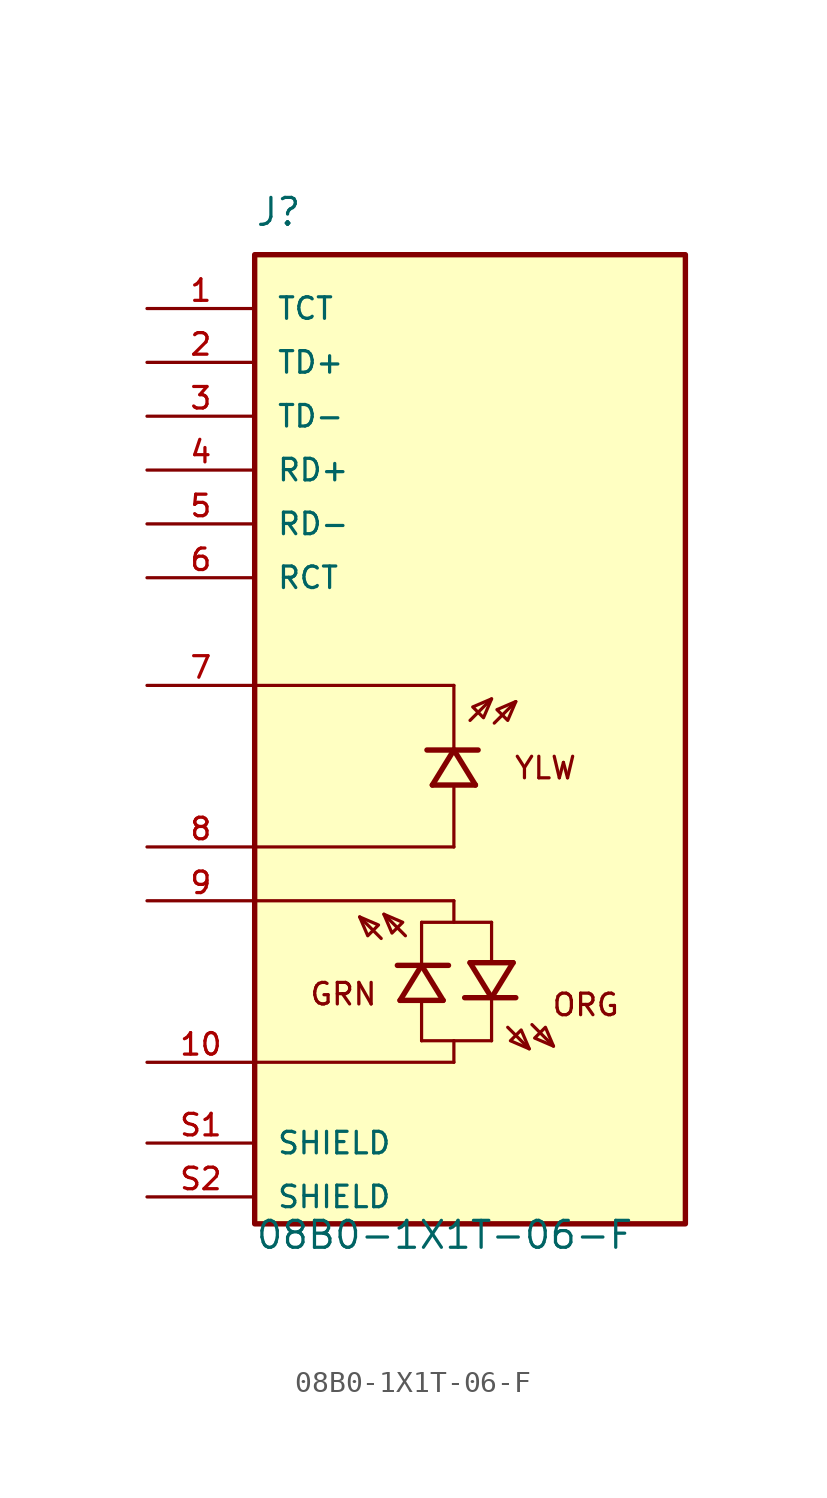
<source format=kicad_sym>
(kicad_symbol_lib
  (version 20211014)
  (generator kicad_symbol_editor)
  (symbol "08B0-1X1T-06-F"
    (pin_names
      (offset 1.016))
    (property "Reference" "J"
      (at -10.16 24.13 0)
      (effects (font (size 1.27 1.27)) (justify left bottom)))
    (property "Value" "08B0-1X1T-06-F"
      (at -10.16 -24.13 0)
      (effects (font (size 1.27 1.27)) (justify left bottom)))
    (property "ki_locked" ""
      (at 0 0 0)
      (effects (font (size 1.27 1.27))))
    (symbol "08B0-1X1T-06-F_0_0"
      (rectangle (start -10.16 -22.86) (end 10.16 22.86) (stroke (width 0.254) (type default) (color 0 0 0 0)) (fill (type background)))
      (polyline (pts (xy -4.191 -9.398) (xy -5.207 -8.382)) (stroke (width 0.152) (type default) (color 0 0 0 0)) (fill (type none)))
      (polyline (pts (xy -3.429 -10.668) (xy -2.286 -10.668)) (stroke (width 0.254) (type default) (color 0 0 0 0)) (fill (type none)))
      (polyline (pts (xy -3.302 -12.319) (xy -2.286 -10.668)) (stroke (width 0.254) (type default) (color 0 0 0 0)) (fill (type none)))
      (polyline (pts (xy -3.302 -12.319) (xy -1.27 -12.319)) (stroke (width 0.254) (type default) (color 0 0 0 0)) (fill (type none)))
      (polyline (pts (xy -3.048 -9.271) (xy -4.064 -8.255)) (stroke (width 0.152) (type default) (color 0 0 0 0)) (fill (type none)))
      (polyline (pts (xy -2.286 -14.224) (xy -2.286 -12.446)) (stroke (width 0.152) (type default) (color 0 0 0 0)) (fill (type none)))
      (polyline (pts (xy -2.286 -10.668) (xy -1.27 -12.319)) (stroke (width 0.254) (type default) (color 0 0 0 0)) (fill (type none)))
      (polyline (pts (xy -2.286 -10.668) (xy -1.016 -10.668)) (stroke (width 0.254) (type default) (color 0 0 0 0)) (fill (type none)))
      (polyline (pts (xy -2.286 -10.541) (xy -2.286 -8.636)) (stroke (width 0.152) (type default) (color 0 0 0 0)) (fill (type none)))
      (polyline (pts (xy -0.762 -15.24) (xy -10.16 -15.24)) (stroke (width 0.152) (type default) (color 0 0 0 0)) (fill (type none)))
      (polyline (pts (xy -0.762 -14.224) (xy -2.286 -14.224)) (stroke (width 0.152) (type default) (color 0 0 0 0)) (fill (type none)))
      (polyline (pts (xy -0.762 -14.224) (xy -0.762 -15.24)) (stroke (width 0.152) (type default) (color 0 0 0 0)) (fill (type none)))
      (polyline (pts (xy -0.762 -8.636) (xy -0.762 -7.62)) (stroke (width 0.152) (type default) (color 0 0 0 0)) (fill (type none)))
      (polyline (pts (xy -0.762 -7.62) (xy -10.16 -7.62)) (stroke (width 0.152) (type default) (color 0 0 0 0)) (fill (type none)))
      (polyline (pts (xy -0.762 -5.08) (xy -10.16 -5.08)) (stroke (width 0.152) (type default) (color 0 0 0 0)) (fill (type none)))
      (polyline (pts (xy -0.762 -5.08) (xy -0.762 -2.286)) (stroke (width 0.152) (type default) (color 0 0 0 0)) (fill (type none)))
      (polyline (pts (xy -0.762 -0.508) (xy -2.032 -0.508)) (stroke (width 0.254) (type default) (color 0 0 0 0)) (fill (type none)))
      (polyline (pts (xy -0.762 -0.508) (xy -1.778 -2.159)) (stroke (width 0.254) (type default) (color 0 0 0 0)) (fill (type none)))
      (polyline (pts (xy -0.762 -0.381) (xy -0.762 2.54)) (stroke (width 0.152) (type default) (color 0 0 0 0)) (fill (type none)))
      (polyline (pts (xy -0.762 2.54) (xy -10.16 2.54)) (stroke (width 0.152) (type default) (color 0 0 0 0)) (fill (type none)))
      (polyline (pts (xy 0 0.889) (xy 1.016 1.905)) (stroke (width 0.152) (type default) (color 0 0 0 0)) (fill (type none)))
      (polyline (pts (xy 0.254 -2.159) (xy -1.778 -2.159)) (stroke (width 0.254) (type default) (color 0 0 0 0)) (fill (type none)))
      (polyline (pts (xy 0.254 -2.159) (xy -0.762 -0.508)) (stroke (width 0.254) (type default) (color 0 0 0 0)) (fill (type none)))
      (polyline (pts (xy 0.381 -0.508) (xy -0.762 -0.508)) (stroke (width 0.254) (type default) (color 0 0 0 0)) (fill (type none)))
      (polyline (pts (xy 1.016 -14.224) (xy -0.762 -14.224)) (stroke (width 0.152) (type default) (color 0 0 0 0)) (fill (type none)))
      (polyline (pts (xy 1.016 -12.319) (xy 1.016 -14.224)) (stroke (width 0.152) (type default) (color 0 0 0 0)) (fill (type none)))
      (polyline (pts (xy 1.016 -12.192) (xy -0.254 -12.192)) (stroke (width 0.254) (type default) (color 0 0 0 0)) (fill (type none)))
      (polyline (pts (xy 1.016 -12.192) (xy 0 -10.541)) (stroke (width 0.254) (type default) (color 0 0 0 0)) (fill (type none)))
      (polyline (pts (xy 1.016 -8.636) (xy -2.286 -8.636)) (stroke (width 0.152) (type default) (color 0 0 0 0)) (fill (type none)))
      (polyline (pts (xy 1.016 -8.636) (xy 1.016 -10.414)) (stroke (width 0.152) (type default) (color 0 0 0 0)) (fill (type none)))
      (polyline (pts (xy 1.143 0.762) (xy 2.159 1.778)) (stroke (width 0.152) (type default) (color 0 0 0 0)) (fill (type none)))
      (polyline (pts (xy 1.778 -13.589) (xy 2.794 -14.605)) (stroke (width 0.152) (type default) (color 0 0 0 0)) (fill (type none)))
      (polyline (pts (xy 2.032 -10.541) (xy 0 -10.541)) (stroke (width 0.254) (type default) (color 0 0 0 0)) (fill (type none)))
      (polyline (pts (xy 2.032 -10.541) (xy 1.016 -12.192)) (stroke (width 0.254) (type default) (color 0 0 0 0)) (fill (type none)))
      (polyline (pts (xy 2.159 -12.192) (xy 1.016 -12.192)) (stroke (width 0.254) (type default) (color 0 0 0 0)) (fill (type none)))
      (polyline (pts (xy 2.921 -13.462) (xy 3.937 -14.478)) (stroke (width 0.152) (type default) (color 0 0 0 0)) (fill (type none)))
      (polyline (pts (xy -5.207 -8.382) (xy -4.318 -8.763) (xy -4.826 -9.271) (xy -5.207 -8.382)) (stroke (width 0.152) (type default) (color 0 0 0 0)) (fill (type background)))
      (polyline (pts (xy -4.064 -8.255) (xy -3.175 -8.636) (xy -3.683 -9.144) (xy -4.064 -8.255)) (stroke (width 0.152) (type default) (color 0 0 0 0)) (fill (type background)))
      (polyline (pts (xy 1.016 1.905) (xy 0.127 1.524) (xy 0.635 1.016) (xy 1.016 1.905)) (stroke (width 0.152) (type default) (color 0 0 0 0)) (fill (type background)))
      (polyline (pts (xy 2.159 1.778) (xy 1.27 1.397) (xy 1.778 0.889) (xy 2.159 1.778)) (stroke (width 0.152) (type default) (color 0 0 0 0)) (fill (type background)))
      (polyline (pts (xy 2.794 -14.605) (xy 1.905 -14.224) (xy 2.413 -13.716) (xy 2.794 -14.605)) (stroke (width 0.152) (type default) (color 0 0 0 0)) (fill (type background)))
      (polyline (pts (xy 3.937 -14.478) (xy 3.048 -14.097) (xy 3.556 -13.589) (xy 3.937 -14.478)) (stroke (width 0.152) (type default) (color 0 0 0 0)) (fill (type background)))
      (text "GRN" (at -7.62 -11.43 0) (effects (font (size 1.016 1.016)) (justify left top)))
      (text "ORG" (at 3.81 -11.938 0) (effects (font (size 1.016 1.016)) (justify left top)))
      (text "YLW" (at 2.032 -0.762 0) (effects (font (size 1.016 1.016)) (justify left top)))
      (pin passive line (at -15.24 20.32 0) (length 5.08) (name "TCT" (effects (font (size 1.016 1.016)))) (number "1" (effects (font (size 1.016 1.016)))))
      (pin passive line (at -15.24 -15.24 0) (length 5.08) (name "~" (effects (font (size 1.016 1.016)))) (number "10" (effects (font (size 1.016 1.016)))))
      (pin passive line (at -15.24 17.78 0) (length 5.08) (name "TD+" (effects (font (size 1.016 1.016)))) (number "2" (effects (font (size 1.016 1.016)))))
      (pin passive line (at -15.24 15.24 0) (length 5.08) (name "TD-" (effects (font (size 1.016 1.016)))) (number "3" (effects (font (size 1.016 1.016)))))
      (pin passive line (at -15.24 12.7 0) (length 5.08) (name "RD+" (effects (font (size 1.016 1.016)))) (number "4" (effects (font (size 1.016 1.016)))))
      (pin passive line (at -15.24 10.16 0) (length 5.08) (name "RD-" (effects (font (size 1.016 1.016)))) (number "5" (effects (font (size 1.016 1.016)))))
      (pin passive line (at -15.24 7.62 0) (length 5.08) (name "RCT" (effects (font (size 1.016 1.016)))) (number "6" (effects (font (size 1.016 1.016)))))
      (pin passive line (at -15.24 2.54 0) (length 5.08) (name "~" (effects (font (size 1.016 1.016)))) (number "7" (effects (font (size 1.016 1.016)))))
      (pin passive line (at -15.24 -5.08 0) (length 5.08) (name "~" (effects (font (size 1.016 1.016)))) (number "8" (effects (font (size 1.016 1.016)))))
      (pin passive line (at -15.24 -7.62 0) (length 5.08) (name "~" (effects (font (size 1.016 1.016)))) (number "9" (effects (font (size 1.016 1.016)))))
      (pin passive line (at -15.24 -19.05 0) (length 5.08) (name "SHIELD" (effects (font (size 1.016 1.016)))) (number "S1" (effects (font (size 1.016 1.016)))))
      (pin passive line (at -15.24 -21.59 0) (length 5.08) (name "SHIELD" (effects (font (size 1.016 1.016)))) (number "S2" (effects (font (size 1.016 1.016))))))))
</source>
